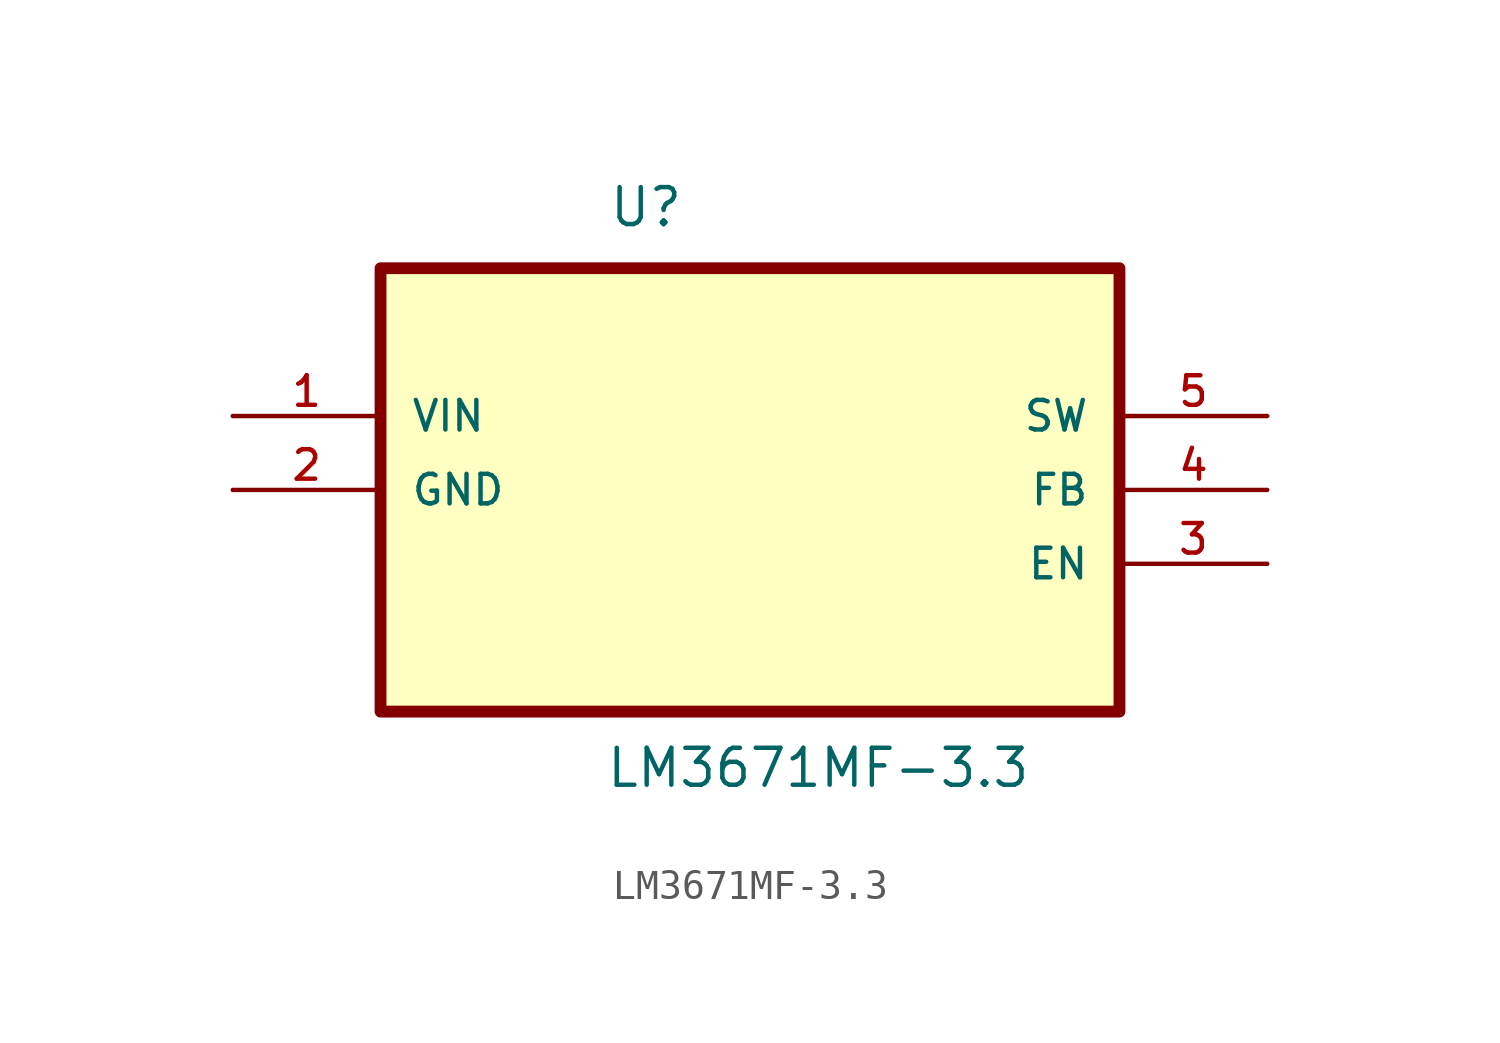
<source format=kicad_sym>
(kicad_symbol_lib
  (version 20211014)
  (generator kicad_symbol_editor)
  (symbol "LM3671MF-3.3"
    (pin_names
      (offset 1.016))
    (property "Reference" "U"
      (at -4.884 6.436 0.0)
      (effects (font (size 1.27 1.27)) (justify bottom left)))
    (property "Value" "LM3671MF-3.3"
      (at -4.982 -12.837 0.0)
      (effects (font (size 1.27 1.27)) (justify bottom left)))
    (symbol "LM3671MF-3.3_0_0"
      (rectangle (start -12.7 -10.16) (end 12.7 5.08) (stroke (width 0.406)) (fill (type background)))
      (pin input line (at -17.78 0.0 0) (length 5.08) (name "VIN" (effects (font (size 1.016 1.016)))) (number "1" (effects (font (size 1.016 1.016)))))
      (pin passive line (at -17.78 -2.54 0) (length 5.08) (name "GND" (effects (font (size 1.016 1.016)))) (number "2" (effects (font (size 1.016 1.016)))))
      (pin passive line (at 17.78 -5.08 180.0) (length 5.08) (name "EN" (effects (font (size 1.016 1.016)))) (number "3" (effects (font (size 1.016 1.016)))))
      (pin passive line (at 17.78 -2.54 180.0) (length 5.08) (name "FB" (effects (font (size 1.016 1.016)))) (number "4" (effects (font (size 1.016 1.016)))))
      (pin output line (at 17.78 0.0 180.0) (length 5.08) (name "SW" (effects (font (size 1.016 1.016)))) (number "5" (effects (font (size 1.016 1.016))))))))
</source>
